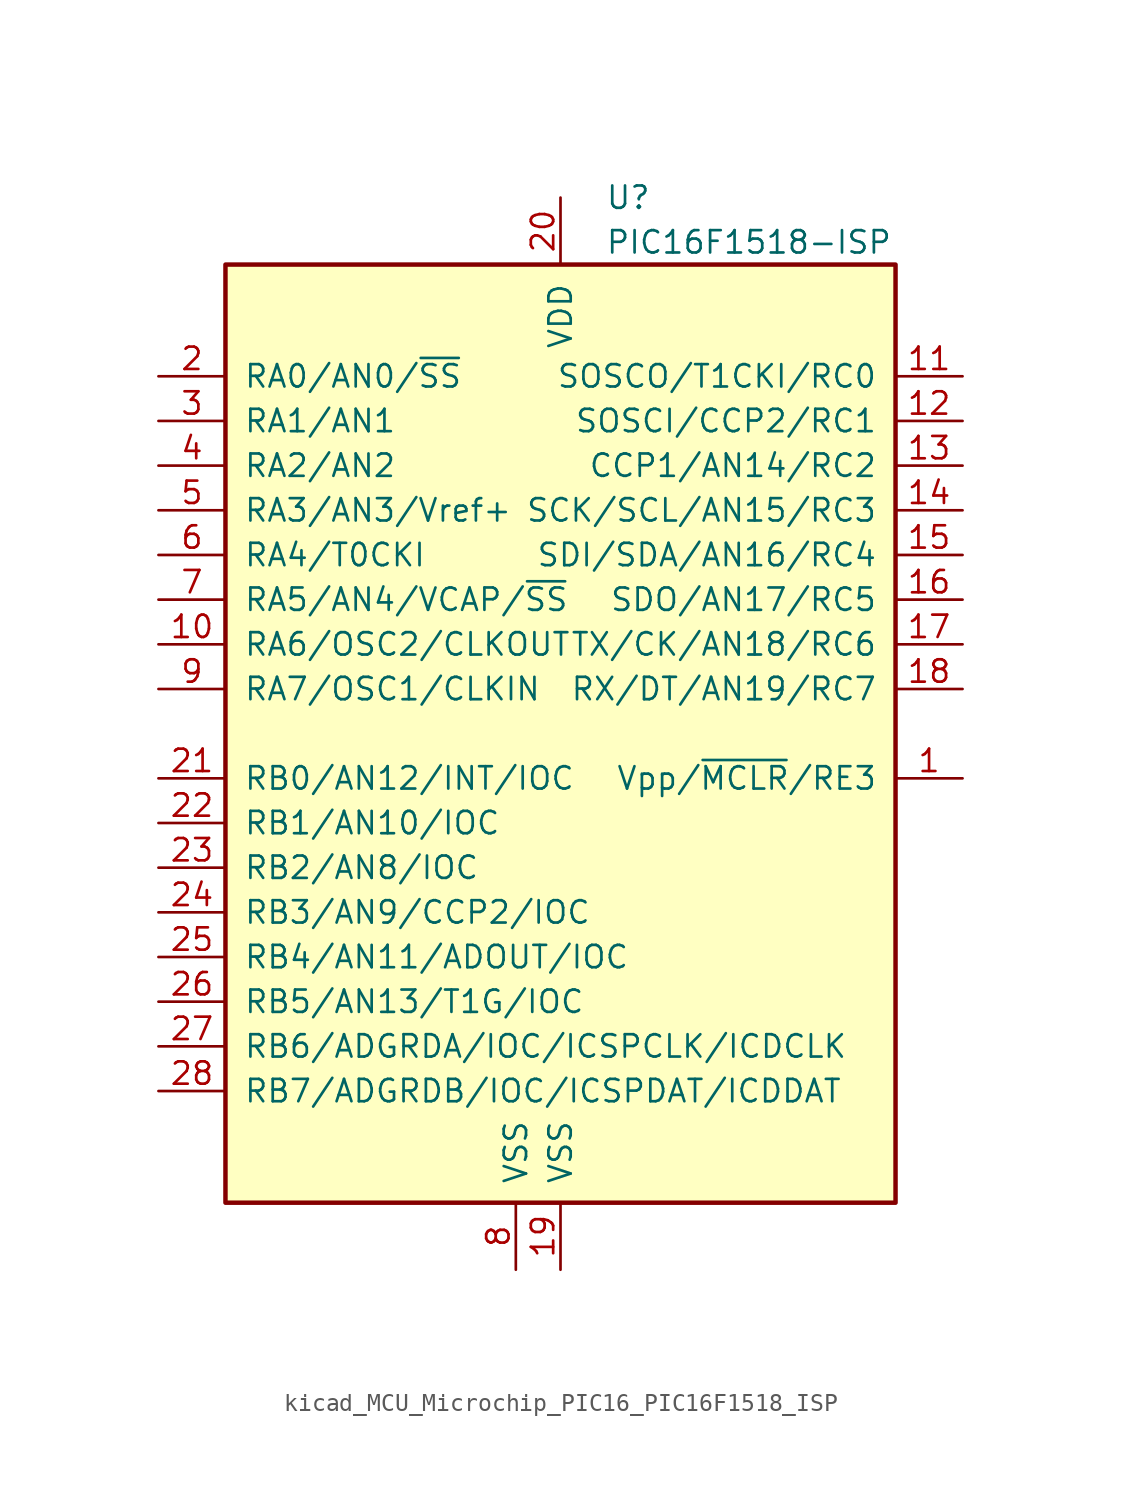
<source format=kicad_sym>
(kicad_symbol_lib
  (version 20220914)
  (generator kicad_symbol_editor)
  (symbol "kicad_MCU_Microchip_PIC16_PIC16F1518_ISP"
    (pin_names
      (offset 1.016))
    (property "Reference" "U"
      (at 2.54 30.48 0)
      (effects (font (size 1.27 1.27)) (justify left)))
    (property "Value" "PIC16F1518-ISP"
      (at 2.54 27.94 0)
      (effects (font (size 1.27 1.27)) (justify left)))
    (symbol "kicad_MCU_Microchip_PIC16_PIC16F1518_ISP_0_1"
      (rectangle (start -19.05 26.67) (end 19.05 -26.67) (stroke (width 0.254) (type default)) (fill (type background))))
    (symbol "kicad_MCU_Microchip_PIC16_PIC16F1518_ISP_1_1"
      (pin input line (at 22.86 -2.54 180) (length 3.81) (name "Vpp/~{MCLR}/RE3" (effects (font (size 1.27 1.27)))) (number "1" (effects (font (size 1.27 1.27)))))
      (pin bidirectional line (at -22.86 5.08 0) (length 3.81) (name "RA6/OSC2/CLKOUT" (effects (font (size 1.27 1.27)))) (number "10" (effects (font (size 1.27 1.27)))))
      (pin bidirectional line (at 22.86 20.32 180) (length 3.81) (name "SOSCO/T1CKI/RC0" (effects (font (size 1.27 1.27)))) (number "11" (effects (font (size 1.27 1.27)))))
      (pin bidirectional line (at 22.86 17.78 180) (length 3.81) (name "SOSCI/CCP2/RC1" (effects (font (size 1.27 1.27)))) (number "12" (effects (font (size 1.27 1.27)))))
      (pin bidirectional line (at 22.86 15.24 180) (length 3.81) (name "CCP1/AN14/RC2" (effects (font (size 1.27 1.27)))) (number "13" (effects (font (size 1.27 1.27)))))
      (pin bidirectional line (at 22.86 12.7 180) (length 3.81) (name "SCK/SCL/AN15/RC3" (effects (font (size 1.27 1.27)))) (number "14" (effects (font (size 1.27 1.27)))))
      (pin bidirectional line (at 22.86 10.16 180) (length 3.81) (name "SDI/SDA/AN16/RC4" (effects (font (size 1.27 1.27)))) (number "15" (effects (font (size 1.27 1.27)))))
      (pin bidirectional line (at 22.86 7.62 180) (length 3.81) (name "SDO/AN17/RC5" (effects (font (size 1.27 1.27)))) (number "16" (effects (font (size 1.27 1.27)))))
      (pin bidirectional line (at 22.86 5.08 180) (length 3.81) (name "TX/CK/AN18/RC6" (effects (font (size 1.27 1.27)))) (number "17" (effects (font (size 1.27 1.27)))))
      (pin bidirectional line (at 22.86 2.54 180) (length 3.81) (name "RX/DT/AN19/RC7" (effects (font (size 1.27 1.27)))) (number "18" (effects (font (size 1.27 1.27)))))
      (pin power_in line (at 0 -30.48 90) (length 3.81) (name "VSS" (effects (font (size 1.27 1.27)))) (number "19" (effects (font (size 1.27 1.27)))))
      (pin bidirectional line (at -22.86 20.32 0) (length 3.81) (name "RA0/AN0/~{SS}" (effects (font (size 1.27 1.27)))) (number "2" (effects (font (size 1.27 1.27)))))
      (pin power_in line (at 0 30.48 270) (length 3.81) (name "VDD" (effects (font (size 1.27 1.27)))) (number "20" (effects (font (size 1.27 1.27)))))
      (pin bidirectional line (at -22.86 -2.54 0) (length 3.81) (name "RB0/AN12/INT/IOC" (effects (font (size 1.27 1.27)))) (number "21" (effects (font (size 1.27 1.27)))))
      (pin bidirectional line (at -22.86 -5.08 0) (length 3.81) (name "RB1/AN10/IOC" (effects (font (size 1.27 1.27)))) (number "22" (effects (font (size 1.27 1.27)))))
      (pin bidirectional line (at -22.86 -7.62 0) (length 3.81) (name "RB2/AN8/IOC" (effects (font (size 1.27 1.27)))) (number "23" (effects (font (size 1.27 1.27)))))
      (pin bidirectional line (at -22.86 -10.16 0) (length 3.81) (name "RB3/AN9/CCP2/IOC" (effects (font (size 1.27 1.27)))) (number "24" (effects (font (size 1.27 1.27)))))
      (pin bidirectional line (at -22.86 -12.7 0) (length 3.81) (name "RB4/AN11/ADOUT/IOC" (effects (font (size 1.27 1.27)))) (number "25" (effects (font (size 1.27 1.27)))))
      (pin bidirectional line (at -22.86 -15.24 0) (length 3.81) (name "RB5/AN13/T1G/IOC" (effects (font (size 1.27 1.27)))) (number "26" (effects (font (size 1.27 1.27)))))
      (pin bidirectional line (at -22.86 -17.78 0) (length 3.81) (name "RB6/ADGRDA/IOC/ICSPCLK/ICDCLK" (effects (font (size 1.27 1.27)))) (number "27" (effects (font (size 1.27 1.27)))))
      (pin bidirectional line (at -22.86 -20.32 0) (length 3.81) (name "RB7/ADGRDB/IOC/ICSPDAT/ICDDAT" (effects (font (size 1.27 1.27)))) (number "28" (effects (font (size 1.27 1.27)))))
      (pin bidirectional line (at -22.86 17.78 0) (length 3.81) (name "RA1/AN1" (effects (font (size 1.27 1.27)))) (number "3" (effects (font (size 1.27 1.27)))))
      (pin bidirectional line (at -22.86 15.24 0) (length 3.81) (name "RA2/AN2" (effects (font (size 1.27 1.27)))) (number "4" (effects (font (size 1.27 1.27)))))
      (pin bidirectional line (at -22.86 12.7 0) (length 3.81) (name "RA3/AN3/Vref+" (effects (font (size 1.27 1.27)))) (number "5" (effects (font (size 1.27 1.27)))))
      (pin bidirectional line (at -22.86 10.16 0) (length 3.81) (name "RA4/T0CKI" (effects (font (size 1.27 1.27)))) (number "6" (effects (font (size 1.27 1.27)))))
      (pin bidirectional line (at -22.86 7.62 0) (length 3.81) (name "RA5/AN4/VCAP/~{SS}" (effects (font (size 1.27 1.27)))) (number "7" (effects (font (size 1.27 1.27)))))
      (pin power_in line (at -2.54 -30.48 90) (length 3.81) (name "VSS" (effects (font (size 1.27 1.27)))) (number "8" (effects (font (size 1.27 1.27)))))
      (pin bidirectional line (at -22.86 2.54 0) (length 3.81) (name "RA7/OSC1/CLKIN" (effects (font (size 1.27 1.27)))) (number "9" (effects (font (size 1.27 1.27))))))))
</source>
